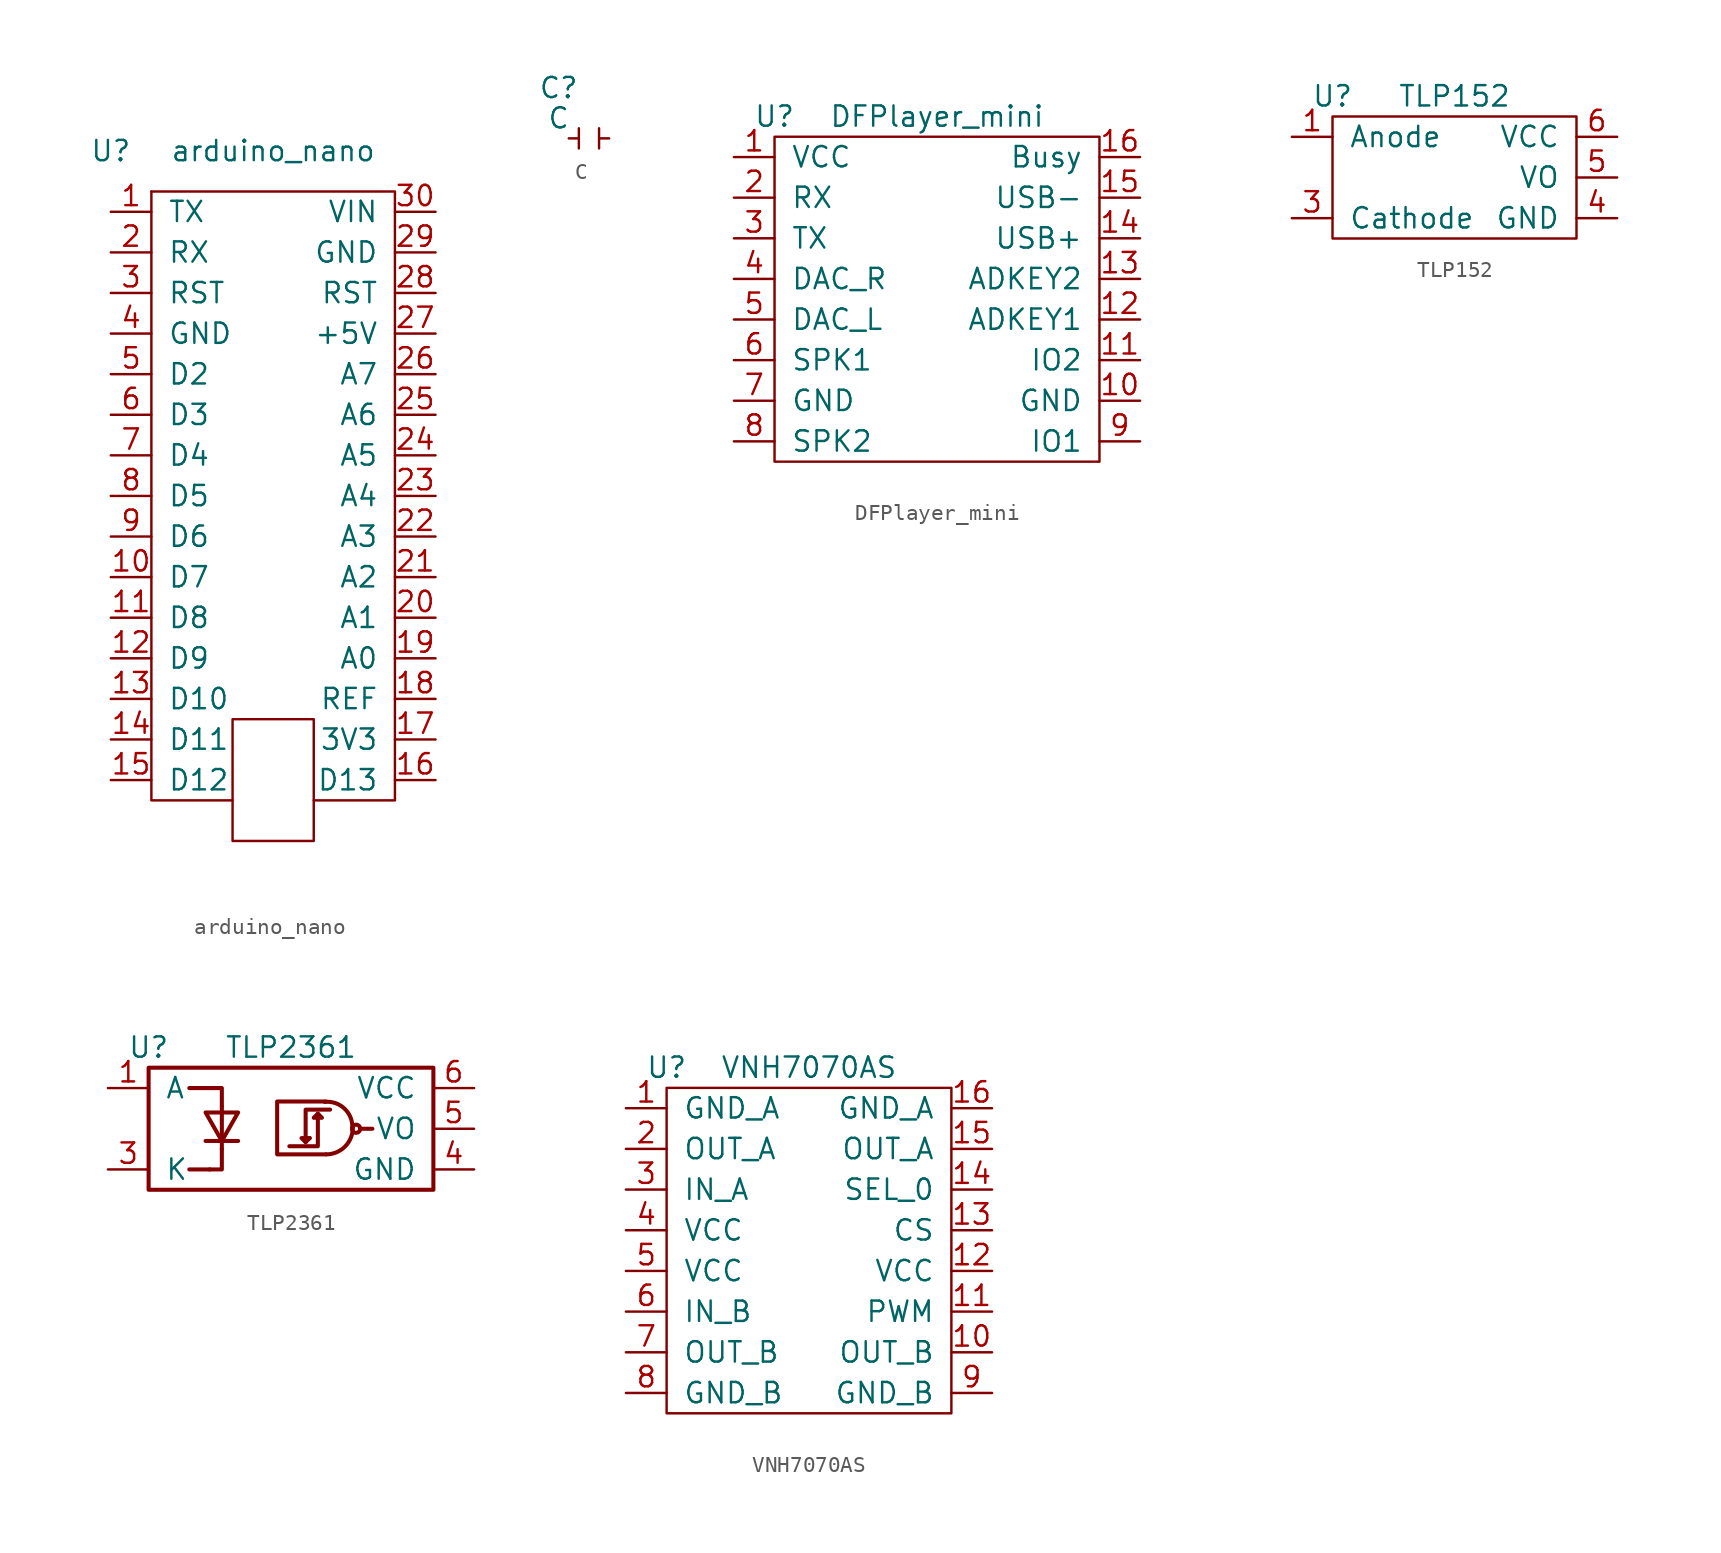
<source format=kicad_sym>
(kicad_symbol_lib
  (version 20220914)
  (generator kicad_symbol_editor)
  (symbol "arduino_nano"
    (pin_names
      (offset 1.016))
    (property "Reference" "U"
      (at -10.16 20.32 0)
      (effects (font (size 1.27 1.27))))
    (property "Value" "arduino_nano"
      (at 0 20.32 0)
      (effects (font (size 1.27 1.27))))
    (symbol "arduino_nano_0_1"
      (rectangle (start -2.54 -22.86) (end 2.54 -15.24) (stroke (width 0) (type solid)) (fill (type none)))
      (polyline (pts (xy -2.54 -20.32) (xy -7.62 -20.32) (xy -7.62 17.78)) (stroke (width 0) (type solid)) (fill (type none)))
      (polyline (pts (xy -7.62 17.78) (xy 7.62 17.78) (xy 7.62 -20.32) (xy 2.54 -20.32)) (stroke (width 0) (type solid)) (fill (type none))))
    (symbol "arduino_nano_1_1"
      (pin passive line (at -10.16 16.51 0) (length 2.54) (name "TX" (effects (font (size 1.27 1.27)))) (number "1" (effects (font (size 1.27 1.27)))))
      (pin passive line (at -10.16 -6.35 0) (length 2.54) (name "D7" (effects (font (size 1.27 1.27)))) (number "10" (effects (font (size 1.27 1.27)))))
      (pin passive line (at -10.16 -8.89 0) (length 2.54) (name "D8" (effects (font (size 1.27 1.27)))) (number "11" (effects (font (size 1.27 1.27)))))
      (pin passive line (at -10.16 -11.43 0) (length 2.54) (name "D9" (effects (font (size 1.27 1.27)))) (number "12" (effects (font (size 1.27 1.27)))))
      (pin passive line (at -10.16 -13.97 0) (length 2.54) (name "D10" (effects (font (size 1.27 1.27)))) (number "13" (effects (font (size 1.27 1.27)))))
      (pin passive line (at -10.16 -16.51 0) (length 2.54) (name "D11" (effects (font (size 1.27 1.27)))) (number "14" (effects (font (size 1.27 1.27)))))
      (pin passive line (at -10.16 -19.05 0) (length 2.54) (name "D12" (effects (font (size 1.27 1.27)))) (number "15" (effects (font (size 1.27 1.27)))))
      (pin passive line (at 10.16 -19.05 180) (length 2.54) (name "D13" (effects (font (size 1.27 1.27)))) (number "16" (effects (font (size 1.27 1.27)))))
      (pin passive line (at 10.16 -16.51 180) (length 2.54) (name "3V3" (effects (font (size 1.27 1.27)))) (number "17" (effects (font (size 1.27 1.27)))))
      (pin passive line (at 10.16 -13.97 180) (length 2.54) (name "REF" (effects (font (size 1.27 1.27)))) (number "18" (effects (font (size 1.27 1.27)))))
      (pin passive line (at 10.16 -11.43 180) (length 2.54) (name "A0" (effects (font (size 1.27 1.27)))) (number "19" (effects (font (size 1.27 1.27)))))
      (pin passive line (at -10.16 13.97 0) (length 2.54) (name "RX" (effects (font (size 1.27 1.27)))) (number "2" (effects (font (size 1.27 1.27)))))
      (pin passive line (at 10.16 -8.89 180) (length 2.54) (name "A1" (effects (font (size 1.27 1.27)))) (number "20" (effects (font (size 1.27 1.27)))))
      (pin passive line (at 10.16 -6.35 180) (length 2.54) (name "A2" (effects (font (size 1.27 1.27)))) (number "21" (effects (font (size 1.27 1.27)))))
      (pin passive line (at 10.16 -3.81 180) (length 2.54) (name "A3" (effects (font (size 1.27 1.27)))) (number "22" (effects (font (size 1.27 1.27)))))
      (pin passive line (at 10.16 -1.27 180) (length 2.54) (name "A4" (effects (font (size 1.27 1.27)))) (number "23" (effects (font (size 1.27 1.27)))))
      (pin passive line (at 10.16 1.27 180) (length 2.54) (name "A5" (effects (font (size 1.27 1.27)))) (number "24" (effects (font (size 1.27 1.27)))))
      (pin passive line (at 10.16 3.81 180) (length 2.54) (name "A6" (effects (font (size 1.27 1.27)))) (number "25" (effects (font (size 1.27 1.27)))))
      (pin passive line (at 10.16 6.35 180) (length 2.54) (name "A7" (effects (font (size 1.27 1.27)))) (number "26" (effects (font (size 1.27 1.27)))))
      (pin passive line (at 10.16 8.89 180) (length 2.54) (name "+5V" (effects (font (size 1.27 1.27)))) (number "27" (effects (font (size 1.27 1.27)))))
      (pin passive line (at 10.16 11.43 180) (length 2.54) (name "RST" (effects (font (size 1.27 1.27)))) (number "28" (effects (font (size 1.27 1.27)))))
      (pin passive line (at 10.16 13.97 180) (length 2.54) (name "GND" (effects (font (size 1.27 1.27)))) (number "29" (effects (font (size 1.27 1.27)))))
      (pin passive line (at -10.16 11.43 0) (length 2.54) (name "RST" (effects (font (size 1.27 1.27)))) (number "3" (effects (font (size 1.27 1.27)))))
      (pin passive line (at 10.16 16.51 180) (length 2.54) (name "VIN" (effects (font (size 1.27 1.27)))) (number "30" (effects (font (size 1.27 1.27)))))
      (pin passive line (at -10.16 8.89 0) (length 2.54) (name "GND" (effects (font (size 1.27 1.27)))) (number "4" (effects (font (size 1.27 1.27)))))
      (pin passive line (at -10.16 6.35 0) (length 2.54) (name "D2" (effects (font (size 1.27 1.27)))) (number "5" (effects (font (size 1.27 1.27)))))
      (pin passive line (at -10.16 3.81 0) (length 2.54) (name "D3" (effects (font (size 1.27 1.27)))) (number "6" (effects (font (size 1.27 1.27)))))
      (pin passive line (at -10.16 1.27 0) (length 2.54) (name "D4" (effects (font (size 1.27 1.27)))) (number "7" (effects (font (size 1.27 1.27)))))
      (pin passive line (at -10.16 -1.27 0) (length 2.54) (name "D5" (effects (font (size 1.27 1.27)))) (number "8" (effects (font (size 1.27 1.27)))))
      (pin passive line (at -10.16 -3.81 0) (length 2.54) (name "D6" (effects (font (size 1.27 1.27)))) (number "9" (effects (font (size 1.27 1.27)))))))
  (symbol "C"
    (pin_numbers hide)
    (pin_names
      (offset 1.016))
    (property "Reference" "C"
      (at -0.635 3.175 0)
      (effects (font (size 1.27 1.27))))
    (property "Value" "C"
      (at -0.635 1.27 0)
      (effects (font (size 1.27 1.27))))
    (symbol "C_0_1"
      (polyline (pts (xy 0.635 0.635) (xy 0.635 -0.635)) (stroke (width 0) (type solid)) (fill (type none)))
      (polyline (pts (xy 1.905 0.635) (xy 1.905 -0.635)) (stroke (width 0) (type solid)) (fill (type none))))
    (symbol "C_1_1"
      (pin passive line (at 0 0 0) (length 0.635) (name "~" (effects (font (size 1.27 1.27)))) (number "1" (effects (font (size 1.27 1.27)))))
      (pin passive line (at 2.54 0 180) (length 0.635) (name "~" (effects (font (size 1.27 1.27)))) (number "2" (effects (font (size 1.27 1.27)))))))
  (symbol "DFPlayer_mini"
    (pin_names
      (offset 1.016))
    (property "Reference" "U"
      (at -10.16 11.43 0)
      (effects (font (size 1.27 1.27))))
    (property "Value" "DFPlayer_mini"
      (at 0 11.43 0)
      (effects (font (size 1.27 1.27))))
    (symbol "DFPlayer_mini_0_1"
      (rectangle (start -10.16 10.16) (end 10.16 -10.16) (stroke (width 0) (type solid)) (fill (type none))))
    (symbol "DFPlayer_mini_1_1"
      (pin passive line (at -12.7 8.89 0) (length 2.54) (name "VCC" (effects (font (size 1.27 1.27)))) (number "1" (effects (font (size 1.27 1.27)))))
      (pin passive line (at 12.7 -6.35 180) (length 2.54) (name "GND" (effects (font (size 1.27 1.27)))) (number "10" (effects (font (size 1.27 1.27)))))
      (pin passive line (at 12.7 -3.81 180) (length 2.54) (name "IO2" (effects (font (size 1.27 1.27)))) (number "11" (effects (font (size 1.27 1.27)))))
      (pin passive line (at 12.7 -1.27 180) (length 2.54) (name "ADKEY1" (effects (font (size 1.27 1.27)))) (number "12" (effects (font (size 1.27 1.27)))))
      (pin passive line (at 12.7 1.27 180) (length 2.54) (name "ADKEY2" (effects (font (size 1.27 1.27)))) (number "13" (effects (font (size 1.27 1.27)))))
      (pin passive line (at 12.7 3.81 180) (length 2.54) (name "USB+" (effects (font (size 1.27 1.27)))) (number "14" (effects (font (size 1.27 1.27)))))
      (pin passive line (at 12.7 6.35 180) (length 2.54) (name "USB-" (effects (font (size 1.27 1.27)))) (number "15" (effects (font (size 1.27 1.27)))))
      (pin passive line (at 12.7 8.89 180) (length 2.54) (name "Busy" (effects (font (size 1.27 1.27)))) (number "16" (effects (font (size 1.27 1.27)))))
      (pin passive line (at -12.7 6.35 0) (length 2.54) (name "RX" (effects (font (size 1.27 1.27)))) (number "2" (effects (font (size 1.27 1.27)))))
      (pin passive line (at -12.7 3.81 0) (length 2.54) (name "TX" (effects (font (size 1.27 1.27)))) (number "3" (effects (font (size 1.27 1.27)))))
      (pin passive line (at -12.7 1.27 0) (length 2.54) (name "DAC_R" (effects (font (size 1.27 1.27)))) (number "4" (effects (font (size 1.27 1.27)))))
      (pin passive line (at -12.7 -1.27 0) (length 2.54) (name "DAC_L" (effects (font (size 1.27 1.27)))) (number "5" (effects (font (size 1.27 1.27)))))
      (pin passive line (at -12.7 -3.81 0) (length 2.54) (name "SPK1" (effects (font (size 1.27 1.27)))) (number "6" (effects (font (size 1.27 1.27)))))
      (pin passive line (at -12.7 -6.35 0) (length 2.54) (name "GND" (effects (font (size 1.27 1.27)))) (number "7" (effects (font (size 1.27 1.27)))))
      (pin passive line (at -12.7 -8.89 0) (length 2.54) (name "SPK2" (effects (font (size 1.27 1.27)))) (number "8" (effects (font (size 1.27 1.27)))))
      (pin passive line (at 12.7 -8.89 180) (length 2.54) (name "IO1" (effects (font (size 1.27 1.27)))) (number "9" (effects (font (size 1.27 1.27)))))))
  (symbol "TLP152"
    (pin_names
      (offset 1.016))
    (property "Reference" "U"
      (at -7.62 2.54 0)
      (effects (font (size 1.27 1.27))))
    (property "Value" "TLP152"
      (at 0 2.54 0)
      (effects (font (size 1.27 1.27))))
    (symbol "TLP152_0_1"
      (rectangle (start -7.62 1.27) (end 7.62 -6.35) (stroke (width 0) (type solid)) (fill (type none))))
    (symbol "TLP152_1_1"
      (pin passive line (at -10.16 0 0) (length 2.54) (name "Anode" (effects (font (size 1.27 1.27)))) (number "1" (effects (font (size 1.27 1.27)))))
      (pin passive line (at -10.16 -5.08 0) (length 2.54) (name "Cathode" (effects (font (size 1.27 1.27)))) (number "3" (effects (font (size 1.27 1.27)))))
      (pin passive line (at 10.16 -5.08 180) (length 2.54) (name "GND" (effects (font (size 1.27 1.27)))) (number "4" (effects (font (size 1.27 1.27)))))
      (pin passive line (at 10.16 -2.54 180) (length 2.54) (name "VO" (effects (font (size 1.27 1.27)))) (number "5" (effects (font (size 1.27 1.27)))))
      (pin passive line (at 10.16 0 180) (length 2.54) (name "VCC" (effects (font (size 1.27 1.27)))) (number "6" (effects (font (size 1.27 1.27)))))))
  (symbol "TLP2361"
    (pin_names
      (offset 1.016))
    (property "Reference" "U"
      (at -8.89 5.08 0)
      (effects (font (size 1.27 1.27))))
    (property "Value" "TLP2361"
      (at 0 5.08 0)
      (effects (font (size 1.27 1.27))))
    (symbol "TLP2361_0_1"
      (rectangle (start -8.89 3.81) (end 8.89 -3.81) (stroke (width 0.254) (type solid)) (fill (type none)))
      (polyline (pts (xy -5.08 -2.54) (xy -6.35 -2.54)) (stroke (width 0.254) (type solid)) (fill (type none)))
      (polyline (pts (xy -5.08 2.54) (xy -6.35 2.54)) (stroke (width 0.254) (type solid)) (fill (type none)))
      (polyline (pts (xy 4.318 0) (xy 5.08 0)) (stroke (width 0.254) (type solid)) (fill (type none)))
      (polyline (pts (xy -4.318 -1.27) (xy -4.318 -2.54) (xy -5.08 -2.54)) (stroke (width 0.254) (type solid)) (fill (type none)))
      (polyline (pts (xy -4.318 1.397) (xy -4.318 2.54) (xy -5.08 2.54)) (stroke (width 0.254) (type solid)) (fill (type none)))
      (circle (center 4.064 0) (radius 0.254) (stroke (width 0.254) (type solid)) (fill (type none))))
    (symbol "TLP2361_1_1"
      (polyline (pts (xy -5.334 -0.762) (xy -3.302 -0.762)) (stroke (width 0.254) (type solid)) (fill (type none)))
      (polyline (pts (xy -4.318 -0.762) (xy -4.318 -1.27)) (stroke (width 0.254) (type solid)) (fill (type none)))
      (polyline (pts (xy -4.318 1.016) (xy -4.318 -0.762)) (stroke (width 0.254) (type solid)) (fill (type none)))
      (polyline (pts (xy -4.318 1.016) (xy -4.318 1.397)) (stroke (width 0.254) (type solid)) (fill (type none)))
      (polyline (pts (xy 0.914 -0.838) (xy 0.66 -0.584) (xy 1.168 -0.584)) (stroke (width 0.254) (type solid)) (fill (type none)))
      (polyline (pts (xy 1.676 0.94) (xy 1.676 -1.092) (xy -0.102 -1.092)) (stroke (width 0.254) (type solid)) (fill (type none)))
      (polyline (pts (xy -5.334 1.016) (xy -3.302 1.016) (xy -4.318 -0.762) (xy -5.334 1.016)) (stroke (width 0.254) (type solid)) (fill (type none)))
      (polyline (pts (xy 1.676 0.94) (xy 1.422 0.686) (xy 1.93 0.686) (xy 1.676 0.94)) (stroke (width 0.254) (type solid)) (fill (type none)))
      (polyline (pts (xy 2.184 1.702) (xy -0.864 1.702) (xy -0.864 -1.6) (xy 2.184 -1.6)) (stroke (width 0.254) (type solid)) (fill (type none)))
      (polyline (pts (xy 2.438 1.194) (xy 0.914 1.194) (xy 0.914 -0.838) (xy 1.168 -0.584)) (stroke (width 0.254) (type solid)) (fill (type none)))
      (arc (start 2.1844 -1.6002) (mid 3.3681 -1.1155) (end 3.8608 0.0762) (stroke (width 0.254) (type solid)) (fill (type none)))
      (arc (start 3.8354 0) (mid 3.3593 1.245) (end 2.1082 1.6764) (stroke (width 0.254) (type solid)) (fill (type none)))
      (pin passive line (at -11.43 2.54 0) (length 2.54) (name "A" (effects (font (size 1.27 1.27)))) (number "1" (effects (font (size 1.27 1.27)))))
      (pin no_connect line (at -6.858 0 0) (length 2.54) hide (name "NC" (effects (font (size 1.27 1.27)))) (number "2" (effects (font (size 1.27 1.27)))))
      (pin passive line (at -11.43 -2.54 0) (length 2.54) (name "K" (effects (font (size 1.27 1.27)))) (number "3" (effects (font (size 1.27 1.27)))))
      (pin passive line (at 11.43 -2.54 180) (length 2.54) (name "GND" (effects (font (size 1.27 1.27)))) (number "4" (effects (font (size 1.27 1.27)))))
      (pin passive line (at 11.43 0 180) (length 2.54) (name "VO" (effects (font (size 1.27 1.27)))) (number "5" (effects (font (size 1.27 1.27)))))
      (pin passive line (at 11.43 2.54 180) (length 2.54) (name "VCC" (effects (font (size 1.27 1.27)))) (number "6" (effects (font (size 1.27 1.27)))))))
  (symbol "VNH7070AS"
    (pin_names
      (offset 1.016))
    (property "Reference" "U"
      (at 2.54 2.54 0)
      (effects (font (size 1.27 1.27))))
    (property "Value" "VNH7070AS"
      (at 11.43 2.54 0)
      (effects (font (size 1.27 1.27))))
    (symbol "VNH7070AS_0_1"
      (rectangle (start 2.54 1.27) (end 20.32 -19.05) (stroke (width 0) (type solid)) (fill (type none))))
    (symbol "VNH7070AS_1_1"
      (pin passive line (at 0 0 0) (length 2.54) (name "GND_A" (effects (font (size 1.27 1.27)))) (number "1" (effects (font (size 1.27 1.27)))))
      (pin passive line (at 22.86 -15.24 180) (length 2.54) (name "OUT_B" (effects (font (size 1.27 1.27)))) (number "10" (effects (font (size 1.27 1.27)))))
      (pin passive line (at 22.86 -12.7 180) (length 2.54) (name "PWM" (effects (font (size 1.27 1.27)))) (number "11" (effects (font (size 1.27 1.27)))))
      (pin passive line (at 22.86 -10.16 180) (length 2.54) (name "VCC" (effects (font (size 1.27 1.27)))) (number "12" (effects (font (size 1.27 1.27)))))
      (pin passive line (at 22.86 -7.62 180) (length 2.54) (name "CS" (effects (font (size 1.27 1.27)))) (number "13" (effects (font (size 1.27 1.27)))))
      (pin passive line (at 22.86 -5.08 180) (length 2.54) (name "SEL_0" (effects (font (size 1.27 1.27)))) (number "14" (effects (font (size 1.27 1.27)))))
      (pin passive line (at 22.86 -2.54 180) (length 2.54) (name "OUT_A" (effects (font (size 1.27 1.27)))) (number "15" (effects (font (size 1.27 1.27)))))
      (pin passive line (at 22.86 0 180) (length 2.54) (name "GND_A" (effects (font (size 1.27 1.27)))) (number "16" (effects (font (size 1.27 1.27)))))
      (pin passive line (at 0 -2.54 0) (length 2.54) (name "OUT_A" (effects (font (size 1.27 1.27)))) (number "2" (effects (font (size 1.27 1.27)))))
      (pin passive line (at 0 -5.08 0) (length 2.54) (name "IN_A" (effects (font (size 1.27 1.27)))) (number "3" (effects (font (size 1.27 1.27)))))
      (pin passive line (at 0 -7.62 0) (length 2.54) (name "VCC" (effects (font (size 1.27 1.27)))) (number "4" (effects (font (size 1.27 1.27)))))
      (pin passive line (at 0 -10.16 0) (length 2.54) (name "VCC" (effects (font (size 1.27 1.27)))) (number "5" (effects (font (size 1.27 1.27)))))
      (pin passive line (at 0 -12.7 0) (length 2.54) (name "IN_B" (effects (font (size 1.27 1.27)))) (number "6" (effects (font (size 1.27 1.27)))))
      (pin passive line (at 0 -15.24 0) (length 2.54) (name "OUT_B" (effects (font (size 1.27 1.27)))) (number "7" (effects (font (size 1.27 1.27)))))
      (pin passive line (at 0 -17.78 0) (length 2.54) (name "GND_B" (effects (font (size 1.27 1.27)))) (number "8" (effects (font (size 1.27 1.27)))))
      (pin passive line (at 22.86 -17.78 180) (length 2.54) (name "GND_B" (effects (font (size 1.27 1.27)))) (number "9" (effects (font (size 1.27 1.27))))))))
</source>
